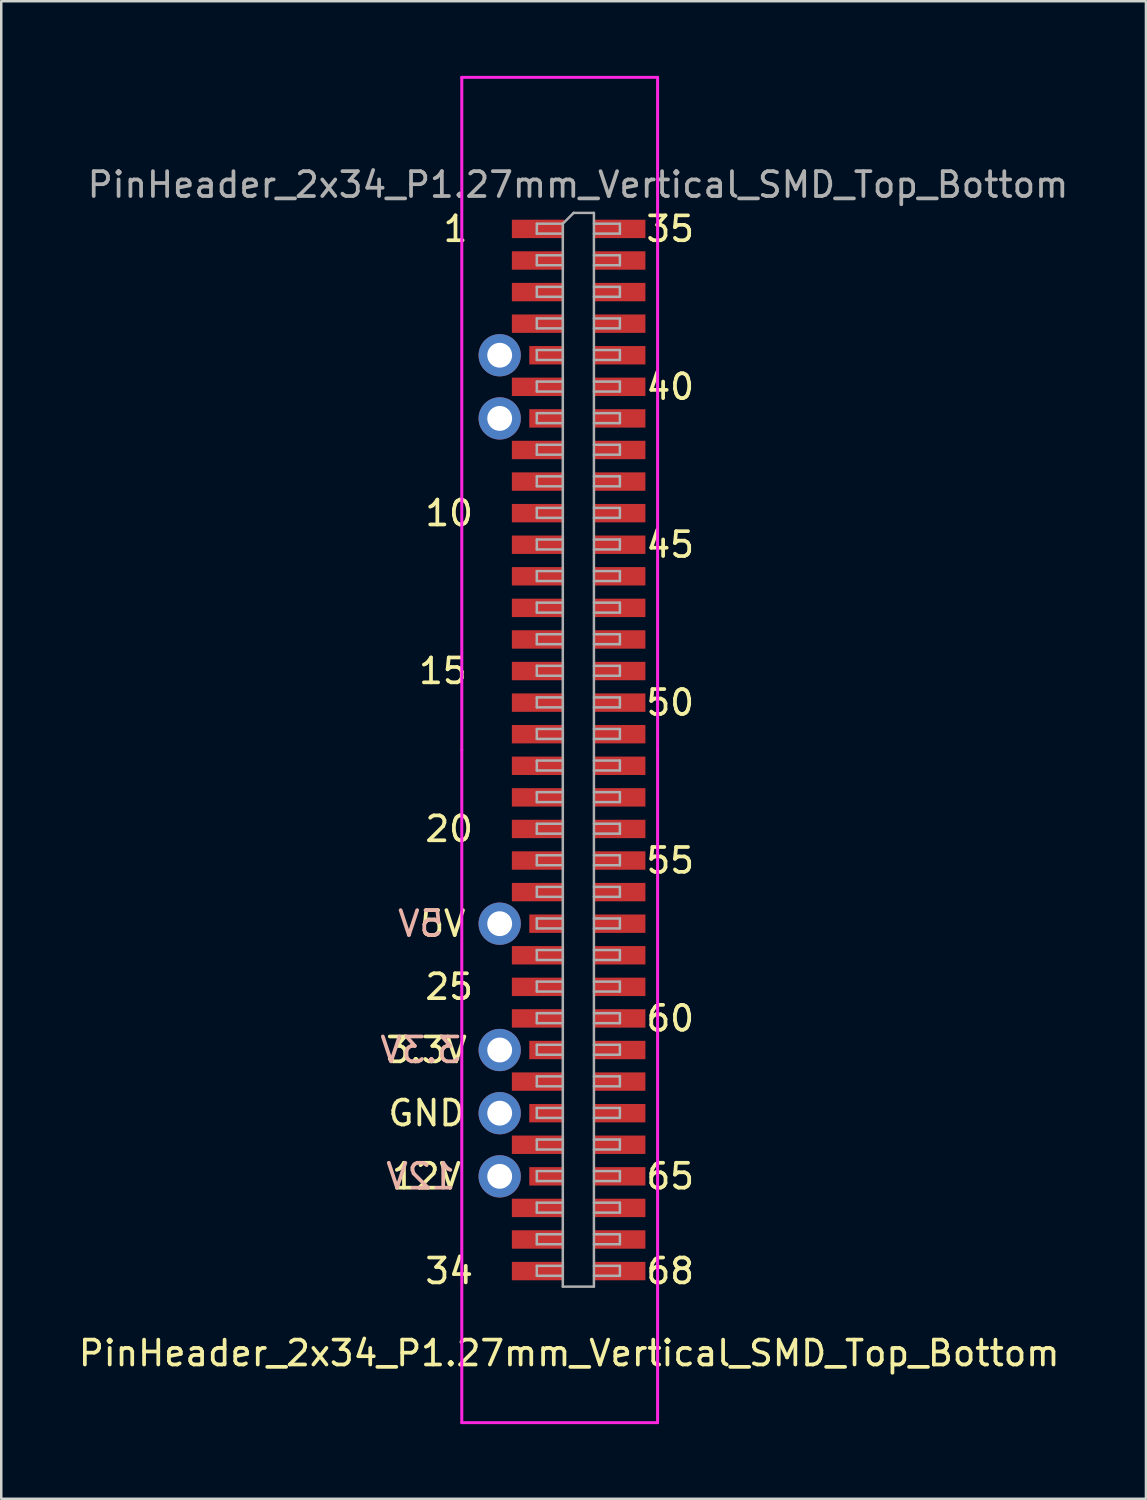
<source format=kicad_pcb>
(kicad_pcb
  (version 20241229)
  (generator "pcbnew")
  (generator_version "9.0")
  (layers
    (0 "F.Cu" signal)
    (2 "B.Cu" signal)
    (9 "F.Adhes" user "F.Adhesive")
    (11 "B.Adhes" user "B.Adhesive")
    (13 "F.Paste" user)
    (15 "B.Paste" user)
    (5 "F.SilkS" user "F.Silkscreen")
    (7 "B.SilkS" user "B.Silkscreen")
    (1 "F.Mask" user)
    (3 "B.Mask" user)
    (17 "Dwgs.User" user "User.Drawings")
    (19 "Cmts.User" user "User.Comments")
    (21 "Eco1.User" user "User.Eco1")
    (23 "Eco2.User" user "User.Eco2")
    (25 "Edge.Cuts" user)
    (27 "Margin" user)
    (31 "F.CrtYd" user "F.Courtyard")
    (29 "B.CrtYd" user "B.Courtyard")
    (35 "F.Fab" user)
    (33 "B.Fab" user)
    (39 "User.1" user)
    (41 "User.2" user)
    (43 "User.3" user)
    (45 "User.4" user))
  (footprint "PinHeader_2x34_P1.27mm_Vertical_SMD_Top_Bottom"
    (layer "F.Cu")
    (at 19.585 48.066)
    (property "Reference" "PinHeader_2x34_P1.27mm_Vertical_SMD_Top_Bottom" (at 0.254 3.302 0) (layer "F.SilkS") (effects (font (size 1 1) (thickness 0.15))))
    (attr smd)
    (fp_line (start -4.064 -48.006) (end -4.064 -20.955) (stroke (width 0.12) (type solid)) (layer "F.CrtYd"))
    (fp_line (start -4.064 -20.955) (end -4.064 6.096) (stroke (width 0.12) (type solid)) (layer "F.CrtYd"))
    (fp_line (start 3.81 -48.006) (end -4.064 -48.006) (stroke (width 0.12) (type solid)) (layer "F.CrtYd"))
    (fp_line (start 3.81 -48.006) (end 3.81 -20.955) (stroke (width 0.12) (type solid)) (layer "F.CrtYd"))
    (fp_line (start 3.81 -20.955) (end 3.81 6.096) (stroke (width 0.12) (type solid)) (layer "F.CrtYd"))
    (fp_line (start 3.81 6.096) (end -4.064 6.096) (stroke (width 0.12) (type solid)) (layer "F.CrtYd"))
    (fp_line (start -1.047 -42.12) (end -1.047 -41.72) (stroke (width 0.1) (type solid)) (layer "F.Fab"))
    (fp_line (start -1.047 -41.72) (end -0.002 -41.72) (stroke (width 0.1) (type solid)) (layer "F.Fab"))
    (fp_line (start -1.047 -40.85) (end -1.047 -40.45) (stroke (width 0.1) (type solid)) (layer "F.Fab"))
    (fp_line (start -1.047 -40.45) (end -0.002 -40.45) (stroke (width 0.1) (type solid)) (layer "F.Fab"))
    (fp_line (start -1.047 -39.58) (end -1.047 -39.18) (stroke (width 0.1) (type solid)) (layer "F.Fab"))
    (fp_line (start -1.047 -39.18) (end -0.002 -39.18) (stroke (width 0.1) (type solid)) (layer "F.Fab"))
    (fp_line (start -1.047 -38.31) (end -1.047 -37.91) (stroke (width 0.1) (type solid)) (layer "F.Fab"))
    (fp_line (start -1.047 -37.91) (end -0.002 -37.91) (stroke (width 0.1) (type solid)) (layer "F.Fab"))
    (fp_line (start -1.047 -37.04) (end -1.047 -36.64) (stroke (width 0.1) (type solid)) (layer "F.Fab"))
    (fp_line (start -1.047 -36.64) (end -0.002 -36.64) (stroke (width 0.1) (type solid)) (layer "F.Fab"))
    (fp_line (start -1.047 -35.77) (end -1.047 -35.37) (stroke (width 0.1) (type solid)) (layer "F.Fab"))
    (fp_line (start -1.047 -35.37) (end -0.002 -35.37) (stroke (width 0.1) (type solid)) (layer "F.Fab"))
    (fp_line (start -1.047 -34.5) (end -1.047 -34.1) (stroke (width 0.1) (type solid)) (layer "F.Fab"))
    (fp_line (start -1.047 -34.1) (end -0.002 -34.1) (stroke (width 0.1) (type solid)) (layer "F.Fab"))
    (fp_line (start -1.047 -33.23) (end -1.047 -32.83) (stroke (width 0.1) (type solid)) (layer "F.Fab"))
    (fp_line (start -1.047 -32.83) (end -0.002 -32.83) (stroke (width 0.1) (type solid)) (layer "F.Fab"))
    (fp_line (start -1.047 -31.96) (end -1.047 -31.56) (stroke (width 0.1) (type solid)) (layer "F.Fab"))
    (fp_line (start -1.047 -31.56) (end -0.002 -31.56) (stroke (width 0.1) (type solid)) (layer "F.Fab"))
    (fp_line (start -1.047 -30.69) (end -1.047 -30.29) (stroke (width 0.1) (type solid)) (layer "F.Fab"))
    (fp_line (start -1.047 -30.29) (end -0.002 -30.29) (stroke (width 0.1) (type solid)) (layer "F.Fab"))
    (fp_line (start -1.047 -29.42) (end -1.047 -29.02) (stroke (width 0.1) (type solid)) (layer "F.Fab"))
    (fp_line (start -1.047 -29.02) (end -0.002 -29.02) (stroke (width 0.1) (type solid)) (layer "F.Fab"))
    (fp_line (start -1.047 -28.15) (end -1.047 -27.75) (stroke (width 0.1) (type solid)) (layer "F.Fab"))
    (fp_line (start -1.047 -27.75) (end -0.002 -27.75) (stroke (width 0.1) (type solid)) (layer "F.Fab"))
    (fp_line (start -1.047 -26.88) (end -1.047 -26.48) (stroke (width 0.1) (type solid)) (layer "F.Fab"))
    (fp_line (start -1.047 -26.48) (end -0.002 -26.48) (stroke (width 0.1) (type solid)) (layer "F.Fab"))
    (fp_line (start -1.047 -25.61) (end -1.047 -25.21) (stroke (width 0.1) (type solid)) (layer "F.Fab"))
    (fp_line (start -1.047 -25.21) (end -0.002 -25.21) (stroke (width 0.1) (type solid)) (layer "F.Fab"))
    (fp_line (start -1.047 -24.34) (end -1.047 -23.94) (stroke (width 0.1) (type solid)) (layer "F.Fab"))
    (fp_line (start -1.047 -23.94) (end -0.002 -23.94) (stroke (width 0.1) (type solid)) (layer "F.Fab"))
    (fp_line (start -1.047 -23.07) (end -1.047 -22.67) (stroke (width 0.1) (type solid)) (layer "F.Fab"))
    (fp_line (start -1.047 -22.67) (end -0.002 -22.67) (stroke (width 0.1) (type solid)) (layer "F.Fab"))
    (fp_line (start -1.047 -21.8) (end -1.047 -21.4) (stroke (width 0.1) (type solid)) (layer "F.Fab"))
    (fp_line (start -1.047 -21.4) (end -0.002 -21.4) (stroke (width 0.1) (type solid)) (layer "F.Fab"))
    (fp_line (start -1.047 -20.53) (end -1.047 -20.13) (stroke (width 0.1) (type solid)) (layer "F.Fab"))
    (fp_line (start -1.047 -20.13) (end -0.002 -20.13) (stroke (width 0.1) (type solid)) (layer "F.Fab"))
    (fp_line (start -1.047 -19.26) (end -1.047 -18.86) (stroke (width 0.1) (type solid)) (layer "F.Fab"))
    (fp_line (start -1.047 -18.86) (end -0.002 -18.86) (stroke (width 0.1) (type solid)) (layer "F.Fab"))
    (fp_line (start -1.047 -17.99) (end -1.047 -17.59) (stroke (width 0.1) (type solid)) (layer "F.Fab"))
    (fp_line (start -1.047 -17.59) (end -0.002 -17.59) (stroke (width 0.1) (type solid)) (layer "F.Fab"))
    (fp_line (start -1.047 -16.72) (end -1.047 -16.32) (stroke (width 0.1) (type solid)) (layer "F.Fab"))
    (fp_line (start -1.047 -16.32) (end -0.002 -16.32) (stroke (width 0.1) (type solid)) (layer "F.Fab"))
    (fp_line (start -1.047 -15.45) (end -1.047 -15.05) (stroke (width 0.1) (type solid)) (layer "F.Fab"))
    (fp_line (start -1.047 -15.05) (end -0.002 -15.05) (stroke (width 0.1) (type solid)) (layer "F.Fab"))
    (fp_line (start -1.047 -14.18) (end -1.047 -13.78) (stroke (width 0.1) (type solid)) (layer "F.Fab"))
    (fp_line (start -1.047 -13.78) (end -0.002 -13.78) (stroke (width 0.1) (type solid)) (layer "F.Fab"))
    (fp_line (start -1.047 -12.91) (end -1.047 -12.51) (stroke (width 0.1) (type solid)) (layer "F.Fab"))
    (fp_line (start -1.047 -12.51) (end -0.002 -12.51) (stroke (width 0.1) (type solid)) (layer "F.Fab"))
    (fp_line (start -1.047 -11.64) (end -1.047 -11.24) (stroke (width 0.1) (type solid)) (layer "F.Fab"))
    (fp_line (start -1.047 -11.24) (end -0.002 -11.24) (stroke (width 0.1) (type solid)) (layer "F.Fab"))
    (fp_line (start -1.047 -10.37) (end -1.047 -9.97) (stroke (width 0.1) (type solid)) (layer "F.Fab"))
    (fp_line (start -1.047 -9.97) (end -0.002 -9.97) (stroke (width 0.1) (type solid)) (layer "F.Fab"))
    (fp_line (start -1.047 -9.1) (end -1.047 -8.7) (stroke (width 0.1) (type solid)) (layer "F.Fab"))
    (fp_line (start -1.047 -8.7) (end -0.002 -8.7) (stroke (width 0.1) (type solid)) (layer "F.Fab"))
    (fp_line (start -1.047 -7.83) (end -1.047 -7.43) (stroke (width 0.1) (type solid)) (layer "F.Fab"))
    (fp_line (start -1.047 -7.43) (end -0.002 -7.43) (stroke (width 0.1) (type solid)) (layer "F.Fab"))
    (fp_line (start -1.047 -6.56) (end -1.047 -6.16) (stroke (width 0.1) (type solid)) (layer "F.Fab"))
    (fp_line (start -1.047 -6.16) (end -0.002 -6.16) (stroke (width 0.1) (type solid)) (layer "F.Fab"))
    (fp_line (start -1.047 -5.29) (end -1.047 -4.89) (stroke (width 0.1) (type solid)) (layer "F.Fab"))
    (fp_line (start -1.047 -4.89) (end -0.002 -4.89) (stroke (width 0.1) (type solid)) (layer "F.Fab"))
    (fp_line (start -1.047 -4.02) (end -1.047 -3.62) (stroke (width 0.1) (type solid)) (layer "F.Fab"))
    (fp_line (start -1.047 -3.62) (end -0.002 -3.62) (stroke (width 0.1) (type solid)) (layer "F.Fab"))
    (fp_line (start -1.047 -2.75) (end -1.047 -2.35) (stroke (width 0.1) (type solid)) (layer "F.Fab"))
    (fp_line (start -1.047 -2.35) (end -0.002 -2.35) (stroke (width 0.1) (type solid)) (layer "F.Fab"))
    (fp_line (start -1.047 -1.48) (end -1.047 -1.08) (stroke (width 0.1) (type solid)) (layer "F.Fab"))
    (fp_line (start -1.047 -1.08) (end -0.002 -1.08) (stroke (width 0.1) (type solid)) (layer "F.Fab"))
    (fp_line (start -1.047 -0.21) (end -1.047 0.19) (stroke (width 0.1) (type solid)) (layer "F.Fab"))
    (fp_line (start -1.047 0.19) (end -0.002 0.19) (stroke (width 0.1) (type solid)) (layer "F.Fab"))
    (fp_line (start -0.002 -42.12) (end -1.047 -42.12) (stroke (width 0.1) (type solid)) (layer "F.Fab"))
    (fp_line (start -0.002 -42.12) (end 0.433 -42.555) (stroke (width 0.1) (type solid)) (layer "F.Fab"))
    (fp_line (start -0.002 -40.85) (end -1.047 -40.85) (stroke (width 0.1) (type solid)) (layer "F.Fab"))
    (fp_line (start -0.002 -39.58) (end -1.047 -39.58) (stroke (width 0.1) (type solid)) (layer "F.Fab"))
    (fp_line (start -0.002 -38.31) (end -1.047 -38.31) (stroke (width 0.1) (type solid)) (layer "F.Fab"))
    (fp_line (start -0.002 -37.04) (end -1.047 -37.04) (stroke (width 0.1) (type solid)) (layer "F.Fab"))
    (fp_line (start -0.002 -35.77) (end -1.047 -35.77) (stroke (width 0.1) (type solid)) (layer "F.Fab"))
    (fp_line (start -0.002 -34.5) (end -1.047 -34.5) (stroke (width 0.1) (type solid)) (layer "F.Fab"))
    (fp_line (start -0.002 -33.23) (end -1.047 -33.23) (stroke (width 0.1) (type solid)) (layer "F.Fab"))
    (fp_line (start -0.002 -31.96) (end -1.047 -31.96) (stroke (width 0.1) (type solid)) (layer "F.Fab"))
    (fp_line (start -0.002 -30.69) (end -1.047 -30.69) (stroke (width 0.1) (type solid)) (layer "F.Fab"))
    (fp_line (start -0.002 -29.42) (end -1.047 -29.42) (stroke (width 0.1) (type solid)) (layer "F.Fab"))
    (fp_line (start -0.002 -28.15) (end -1.047 -28.15) (stroke (width 0.1) (type solid)) (layer "F.Fab"))
    (fp_line (start -0.002 -26.88) (end -1.047 -26.88) (stroke (width 0.1) (type solid)) (layer "F.Fab"))
    (fp_line (start -0.002 -25.61) (end -1.047 -25.61) (stroke (width 0.1) (type solid)) (layer "F.Fab"))
    (fp_line (start -0.002 -24.34) (end -1.047 -24.34) (stroke (width 0.1) (type solid)) (layer "F.Fab"))
    (fp_line (start -0.002 -23.07) (end -1.047 -23.07) (stroke (width 0.1) (type solid)) (layer "F.Fab"))
    (fp_line (start -0.002 -21.8) (end -1.047 -21.8) (stroke (width 0.1) (type solid)) (layer "F.Fab"))
    (fp_line (start -0.002 -20.53) (end -1.047 -20.53) (stroke (width 0.1) (type solid)) (layer "F.Fab"))
    (fp_line (start -0.002 -19.26) (end -1.047 -19.26) (stroke (width 0.1) (type solid)) (layer "F.Fab"))
    (fp_line (start -0.002 -17.99) (end -1.047 -17.99) (stroke (width 0.1) (type solid)) (layer "F.Fab"))
    (fp_line (start -0.002 -16.72) (end -1.047 -16.72) (stroke (width 0.1) (type solid)) (layer "F.Fab"))
    (fp_line (start -0.002 -15.45) (end -1.047 -15.45) (stroke (width 0.1) (type solid)) (layer "F.Fab"))
    (fp_line (start -0.002 -14.18) (end -1.047 -14.18) (stroke (width 0.1) (type solid)) (layer "F.Fab"))
    (fp_line (start -0.002 -12.91) (end -1.047 -12.91) (stroke (width 0.1) (type solid)) (layer "F.Fab"))
    (fp_line (start -0.002 -11.64) (end -1.047 -11.64) (stroke (width 0.1) (type solid)) (layer "F.Fab"))
    (fp_line (start -0.002 -10.37) (end -1.047 -10.37) (stroke (width 0.1) (type solid)) (layer "F.Fab"))
    (fp_line (start -0.002 -9.1) (end -1.047 -9.1) (stroke (width 0.1) (type solid)) (layer "F.Fab"))
    (fp_line (start -0.002 -7.83) (end -1.047 -7.83) (stroke (width 0.1) (type solid)) (layer "F.Fab"))
    (fp_line (start -0.002 -6.56) (end -1.047 -6.56) (stroke (width 0.1) (type solid)) (layer "F.Fab"))
    (fp_line (start -0.002 -5.29) (end -1.047 -5.29) (stroke (width 0.1) (type solid)) (layer "F.Fab"))
    (fp_line (start -0.002 -4.02) (end -1.047 -4.02) (stroke (width 0.1) (type solid)) (layer "F.Fab"))
    (fp_line (start -0.002 -2.75) (end -1.047 -2.75) (stroke (width 0.1) (type solid)) (layer "F.Fab"))
    (fp_line (start -0.002 -1.48) (end -1.047 -1.48) (stroke (width 0.1) (type solid)) (layer "F.Fab"))
    (fp_line (start -0.002 -0.21) (end -1.047 -0.21) (stroke (width 0.1) (type solid)) (layer "F.Fab"))
    (fp_line (start -0.002 0.625) (end -0.002 -42.12) (stroke (width 0.1) (type solid)) (layer "F.Fab"))
    (fp_line (start 0.433 -42.555) (end 1.249 -42.555) (stroke (width 0.1) (type solid)) (layer "F.Fab"))
    (fp_line (start 1.249 -42.555) (end 1.249 0.625) (stroke (width 0.1) (type solid)) (layer "F.Fab"))
    (fp_line (start 1.249 -42.12) (end 2.294 -42.12) (stroke (width 0.1) (type solid)) (layer "F.Fab"))
    (fp_line (start 1.249 -40.85) (end 2.294 -40.85) (stroke (width 0.1) (type solid)) (layer "F.Fab"))
    (fp_line (start 1.249 -39.58) (end 2.294 -39.58) (stroke (width 0.1) (type solid)) (layer "F.Fab"))
    (fp_line (start 1.249 -38.31) (end 2.294 -38.31) (stroke (width 0.1) (type solid)) (layer "F.Fab"))
    (fp_line (start 1.249 -37.04) (end 2.294 -37.04) (stroke (width 0.1) (type solid)) (layer "F.Fab"))
    (fp_line (start 1.249 -35.77) (end 2.294 -35.77) (stroke (width 0.1) (type solid)) (layer "F.Fab"))
    (fp_line (start 1.249 -34.5) (end 2.294 -34.5) (stroke (width 0.1) (type solid)) (layer "F.Fab"))
    (fp_line (start 1.249 -33.23) (end 2.294 -33.23) (stroke (width 0.1) (type solid)) (layer "F.Fab"))
    (fp_line (start 1.249 -31.96) (end 2.294 -31.96) (stroke (width 0.1) (type solid)) (layer "F.Fab"))
    (fp_line (start 1.249 -30.69) (end 2.294 -30.69) (stroke (width 0.1) (type solid)) (layer "F.Fab"))
    (fp_line (start 1.249 -29.42) (end 2.294 -29.42) (stroke (width 0.1) (type solid)) (layer "F.Fab"))
    (fp_line (start 1.249 -28.15) (end 2.294 -28.15) (stroke (width 0.1) (type solid)) (layer "F.Fab"))
    (fp_line (start 1.249 -26.88) (end 2.294 -26.88) (stroke (width 0.1) (type solid)) (layer "F.Fab"))
    (fp_line (start 1.249 -25.61) (end 2.294 -25.61) (stroke (width 0.1) (type solid)) (layer "F.Fab"))
    (fp_line (start 1.249 -24.34) (end 2.294 -24.34) (stroke (width 0.1) (type solid)) (layer "F.Fab"))
    (fp_line (start 1.249 -23.07) (end 2.294 -23.07) (stroke (width 0.1) (type solid)) (layer "F.Fab"))
    (fp_line (start 1.249 -21.8) (end 2.294 -21.8) (stroke (width 0.1) (type solid)) (layer "F.Fab"))
    (fp_line (start 1.249 -20.53) (end 2.294 -20.53) (stroke (width 0.1) (type solid)) (layer "F.Fab"))
    (fp_line (start 1.249 -19.26) (end 2.294 -19.26) (stroke (width 0.1) (type solid)) (layer "F.Fab"))
    (fp_line (start 1.249 -17.99) (end 2.294 -17.99) (stroke (width 0.1) (type solid)) (layer "F.Fab"))
    (fp_line (start 1.249 -16.72) (end 2.294 -16.72) (stroke (width 0.1) (type solid)) (layer "F.Fab"))
    (fp_line (start 1.249 -15.45) (end 2.294 -15.45) (stroke (width 0.1) (type solid)) (layer "F.Fab"))
    (fp_line (start 1.249 -14.18) (end 2.294 -14.18) (stroke (width 0.1) (type solid)) (layer "F.Fab"))
    (fp_line (start 1.249 -12.91) (end 2.294 -12.91) (stroke (width 0.1) (type solid)) (layer "F.Fab"))
    (fp_line (start 1.249 -11.64) (end 2.294 -11.64) (stroke (width 0.1) (type solid)) (layer "F.Fab"))
    (fp_line (start 1.249 -10.37) (end 2.294 -10.37) (stroke (width 0.1) (type solid)) (layer "F.Fab"))
    (fp_line (start 1.249 -9.1) (end 2.294 -9.1) (stroke (width 0.1) (type solid)) (layer "F.Fab"))
    (fp_line (start 1.249 -7.83) (end 2.294 -7.83) (stroke (width 0.1) (type solid)) (layer "F.Fab"))
    (fp_line (start 1.249 -6.56) (end 2.294 -6.56) (stroke (width 0.1) (type solid)) (layer "F.Fab"))
    (fp_line (start 1.249 -5.29) (end 2.294 -5.29) (stroke (width 0.1) (type solid)) (layer "F.Fab"))
    (fp_line (start 1.249 -4.02) (end 2.294 -4.02) (stroke (width 0.1) (type solid)) (layer "F.Fab"))
    (fp_line (start 1.249 -2.75) (end 2.294 -2.75) (stroke (width 0.1) (type solid)) (layer "F.Fab"))
    (fp_line (start 1.249 -1.48) (end 2.294 -1.48) (stroke (width 0.1) (type solid)) (layer "F.Fab"))
    (fp_line (start 1.249 -0.21) (end 2.294 -0.21) (stroke (width 0.1) (type solid)) (layer "F.Fab"))
    (fp_line (start 1.249 0.625) (end -0.002 0.625) (stroke (width 0.1) (type solid)) (layer "F.Fab"))
    (fp_line (start 2.294 -42.12) (end 2.294 -41.72) (stroke (width 0.1) (type solid)) (layer "F.Fab"))
    (fp_line (start 2.294 -41.72) (end 1.249 -41.72) (stroke (width 0.1) (type solid)) (layer "F.Fab"))
    (fp_line (start 2.294 -40.85) (end 2.294 -40.45) (stroke (width 0.1) (type solid)) (layer "F.Fab"))
    (fp_line (start 2.294 -40.45) (end 1.249 -40.45) (stroke (width 0.1) (type solid)) (layer "F.Fab"))
    (fp_line (start 2.294 -39.58) (end 2.294 -39.18) (stroke (width 0.1) (type solid)) (layer "F.Fab"))
    (fp_line (start 2.294 -39.18) (end 1.249 -39.18) (stroke (width 0.1) (type solid)) (layer "F.Fab"))
    (fp_line (start 2.294 -38.31) (end 2.294 -37.91) (stroke (width 0.1) (type solid)) (layer "F.Fab"))
    (fp_line (start 2.294 -37.91) (end 1.249 -37.91) (stroke (width 0.1) (type solid)) (layer "F.Fab"))
    (fp_line (start 2.294 -37.04) (end 2.294 -36.64) (stroke (width 0.1) (type solid)) (layer "F.Fab"))
    (fp_line (start 2.294 -36.64) (end 1.249 -36.64) (stroke (width 0.1) (type solid)) (layer "F.Fab"))
    (fp_line (start 2.294 -35.77) (end 2.294 -35.37) (stroke (width 0.1) (type solid)) (layer "F.Fab"))
    (fp_line (start 2.294 -35.37) (end 1.249 -35.37) (stroke (width 0.1) (type solid)) (layer "F.Fab"))
    (fp_line (start 2.294 -34.5) (end 2.294 -34.1) (stroke (width 0.1) (type solid)) (layer "F.Fab"))
    (fp_line (start 2.294 -34.1) (end 1.249 -34.1) (stroke (width 0.1) (type solid)) (layer "F.Fab"))
    (fp_line (start 2.294 -33.23) (end 2.294 -32.83) (stroke (width 0.1) (type solid)) (layer "F.Fab"))
    (fp_line (start 2.294 -32.83) (end 1.249 -32.83) (stroke (width 0.1) (type solid)) (layer "F.Fab"))
    (fp_line (start 2.294 -31.96) (end 2.294 -31.56) (stroke (width 0.1) (type solid)) (layer "F.Fab"))
    (fp_line (start 2.294 -31.56) (end 1.249 -31.56) (stroke (width 0.1) (type solid)) (layer "F.Fab"))
    (fp_line (start 2.294 -30.69) (end 2.294 -30.29) (stroke (width 0.1) (type solid)) (layer "F.Fab"))
    (fp_line (start 2.294 -30.29) (end 1.249 -30.29) (stroke (width 0.1) (type solid)) (layer "F.Fab"))
    (fp_line (start 2.294 -29.42) (end 2.294 -29.02) (stroke (width 0.1) (type solid)) (layer "F.Fab"))
    (fp_line (start 2.294 -29.02) (end 1.249 -29.02) (stroke (width 0.1) (type solid)) (layer "F.Fab"))
    (fp_line (start 2.294 -28.15) (end 2.294 -27.75) (stroke (width 0.1) (type solid)) (layer "F.Fab"))
    (fp_line (start 2.294 -27.75) (end 1.249 -27.75) (stroke (width 0.1) (type solid)) (layer "F.Fab"))
    (fp_line (start 2.294 -26.88) (end 2.294 -26.48) (stroke (width 0.1) (type solid)) (layer "F.Fab"))
    (fp_line (start 2.294 -26.48) (end 1.249 -26.48) (stroke (width 0.1) (type solid)) (layer "F.Fab"))
    (fp_line (start 2.294 -25.61) (end 2.294 -25.21) (stroke (width 0.1) (type solid)) (layer "F.Fab"))
    (fp_line (start 2.294 -25.21) (end 1.249 -25.21) (stroke (width 0.1) (type solid)) (layer "F.Fab"))
    (fp_line (start 2.294 -24.34) (end 2.294 -23.94) (stroke (width 0.1) (type solid)) (layer "F.Fab"))
    (fp_line (start 2.294 -23.94) (end 1.249 -23.94) (stroke (width 0.1) (type solid)) (layer "F.Fab"))
    (fp_line (start 2.294 -23.07) (end 2.294 -22.67) (stroke (width 0.1) (type solid)) (layer "F.Fab"))
    (fp_line (start 2.294 -22.67) (end 1.249 -22.67) (stroke (width 0.1) (type solid)) (layer "F.Fab"))
    (fp_line (start 2.294 -21.8) (end 2.294 -21.4) (stroke (width 0.1) (type solid)) (layer "F.Fab"))
    (fp_line (start 2.294 -21.4) (end 1.249 -21.4) (stroke (width 0.1) (type solid)) (layer "F.Fab"))
    (fp_line (start 2.294 -20.53) (end 2.294 -20.13) (stroke (width 0.1) (type solid)) (layer "F.Fab"))
    (fp_line (start 2.294 -20.13) (end 1.249 -20.13) (stroke (width 0.1) (type solid)) (layer "F.Fab"))
    (fp_line (start 2.294 -19.26) (end 2.294 -18.86) (stroke (width 0.1) (type solid)) (layer "F.Fab"))
    (fp_line (start 2.294 -18.86) (end 1.249 -18.86) (stroke (width 0.1) (type solid)) (layer "F.Fab"))
    (fp_line (start 2.294 -17.99) (end 2.294 -17.59) (stroke (width 0.1) (type solid)) (layer "F.Fab"))
    (fp_line (start 2.294 -17.59) (end 1.249 -17.59) (stroke (width 0.1) (type solid)) (layer "F.Fab"))
    (fp_line (start 2.294 -16.72) (end 2.294 -16.32) (stroke (width 0.1) (type solid)) (layer "F.Fab"))
    (fp_line (start 2.294 -16.32) (end 1.249 -16.32) (stroke (width 0.1) (type solid)) (layer "F.Fab"))
    (fp_line (start 2.294 -15.45) (end 2.294 -15.05) (stroke (width 0.1) (type solid)) (layer "F.Fab"))
    (fp_line (start 2.294 -15.05) (end 1.249 -15.05) (stroke (width 0.1) (type solid)) (layer "F.Fab"))
    (fp_line (start 2.294 -14.18) (end 2.294 -13.78) (stroke (width 0.1) (type solid)) (layer "F.Fab"))
    (fp_line (start 2.294 -13.78) (end 1.249 -13.78) (stroke (width 0.1) (type solid)) (layer "F.Fab"))
    (fp_line (start 2.294 -12.91) (end 2.294 -12.51) (stroke (width 0.1) (type solid)) (layer "F.Fab"))
    (fp_line (start 2.294 -12.51) (end 1.249 -12.51) (stroke (width 0.1) (type solid)) (layer "F.Fab"))
    (fp_line (start 2.294 -11.64) (end 2.294 -11.24) (stroke (width 0.1) (type solid)) (layer "F.Fab"))
    (fp_line (start 2.294 -11.24) (end 1.249 -11.24) (stroke (width 0.1) (type solid)) (layer "F.Fab"))
    (fp_line (start 2.294 -10.37) (end 2.294 -9.97) (stroke (width 0.1) (type solid)) (layer "F.Fab"))
    (fp_line (start 2.294 -9.97) (end 1.249 -9.97) (stroke (width 0.1) (type solid)) (layer "F.Fab"))
    (fp_line (start 2.294 -9.1) (end 2.294 -8.7) (stroke (width 0.1) (type solid)) (layer "F.Fab"))
    (fp_line (start 2.294 -8.7) (end 1.249 -8.7) (stroke (width 0.1) (type solid)) (layer "F.Fab"))
    (fp_line (start 2.294 -7.83) (end 2.294 -7.43) (stroke (width 0.1) (type solid)) (layer "F.Fab"))
    (fp_line (start 2.294 -7.43) (end 1.249 -7.43) (stroke (width 0.1) (type solid)) (layer "F.Fab"))
    (fp_line (start 2.294 -6.56) (end 2.294 -6.16) (stroke (width 0.1) (type solid)) (layer "F.Fab"))
    (fp_line (start 2.294 -6.16) (end 1.249 -6.16) (stroke (width 0.1) (type solid)) (layer "F.Fab"))
    (fp_line (start 2.294 -5.29) (end 2.294 -4.89) (stroke (width 0.1) (type solid)) (layer "F.Fab"))
    (fp_line (start 2.294 -4.89) (end 1.249 -4.89) (stroke (width 0.1) (type solid)) (layer "F.Fab"))
    (fp_line (start 2.294 -4.02) (end 2.294 -3.62) (stroke (width 0.1) (type solid)) (layer "F.Fab"))
    (fp_line (start 2.294 -3.62) (end 1.249 -3.62) (stroke (width 0.1) (type solid)) (layer "F.Fab"))
    (fp_line (start 2.294 -2.75) (end 2.294 -2.35) (stroke (width 0.1) (type solid)) (layer "F.Fab"))
    (fp_line (start 2.294 -2.35) (end 1.249 -2.35) (stroke (width 0.1) (type solid)) (layer "F.Fab"))
    (fp_line (start 2.294 -1.48) (end 2.294 -1.08) (stroke (width 0.1) (type solid)) (layer "F.Fab"))
    (fp_line (start 2.294 -1.08) (end 1.249 -1.08) (stroke (width 0.1) (type solid)) (layer "F.Fab"))
    (fp_line (start 2.294 -0.21) (end 2.294 0.19) (stroke (width 0.1) (type solid)) (layer "F.Fab"))
    (fp_line (start 2.294 0.19) (end 1.249 0.19) (stroke (width 0.1) (type solid)) (layer "F.Fab"))
    (fp_text user "34" (at -4.572 0 0) (layer "F.SilkS") (effects (font (size 1 1) (thickness 0.15))))
    (fp_text user "1" (at -4.318 -41.91 0) (layer "F.SilkS") (effects (font (size 1 1) (thickness 0.15))))
    (fp_text user "25" (at -4.572 -11.43 0) (layer "F.SilkS") (effects (font (size 1 1) (thickness 0.15))))
    (fp_text user "5V" (at -4.826 -13.97 0) (layer "F.SilkS") (effects (font (size 1 1) (thickness 0.15))))
    (fp_text user "10" (at -4.572 -30.48 0) (layer "F.SilkS") (effects (font (size 1 1) (thickness 0.15))))
    (fp_text user "15" (at -4.826 -24.13 0) (layer "F.SilkS") (effects (font (size 1 1) (thickness 0.15))))
    (fp_text user "20" (at -4.572 -17.78 0) (layer "F.SilkS") (effects (font (size 1 1) (thickness 0.15))))
    (fp_text user "40" (at 4.318 -35.56 0) (layer "F.SilkS") (effects (font (size 1 1) (thickness 0.15))))
    (fp_text user "12V" (at -5.485 -3.81 0) (layer "F.SilkS") (effects (font (size 1 1) (thickness 0.15))))
    (fp_text user "60" (at 4.318 -10.16 0) (layer "F.SilkS") (effects (font (size 1 1) (thickness 0.15))))
    (fp_text user "65" (at 4.318 -3.81 0) (layer "F.SilkS") (effects (font (size 1 1) (thickness 0.15))))
    (fp_text user "68" (at 4.318 0 0) (layer "F.SilkS") (effects (font (size 1 1) (thickness 0.15))))
    (fp_text user "35" (at 4.318 -41.91 0) (layer "F.SilkS") (effects (font (size 1 1) (thickness 0.15))))
    (fp_text user "50" (at 4.318 -22.86 0) (layer "F.SilkS") (effects (font (size 1 1) (thickness 0.15))))
    (fp_text user "GND" (at -5.485 -6.35 0) (layer "F.SilkS") (effects (font (size 1 1) (thickness 0.15))))
    (fp_text user "45" (at 4.318 -29.21 0) (layer "F.SilkS") (effects (font (size 1 1) (thickness 0.15))))
    (fp_text user "55" (at 4.318 -16.51 0) (layer "F.SilkS") (effects (font (size 1 1) (thickness 0.15))))
    (fp_text user "3.3V" (at -5.485 -8.89 0) (layer "F.SilkS") (effects (font (size 1 1) (thickness 0.15))))
    (fp_text user "12V" (at -5.715 -3.81 0) (layer "B.SilkS") (effects (font (size 1 1) (thickness 0.15)) (justify mirror)))
    (fp_text user "3.3V" (at -5.715 -8.89 0) (layer "B.SilkS") (effects (font (size 1 1) (thickness 0.15)) (justify mirror)))
    (fp_text user "5V" (at -5.715 -13.97 0) (layer "B.SilkS") (effects (font (size 1 1) (thickness 0.15)) (justify mirror)))
    (fp_text user "${REFERENCE}" (at 0.61 -43.688 180) (layer "F.Fab") (effects (font (size 1 1) (thickness 0.15))))
    (pad "1" smd rect (at 0 -41.91) (size 2.1 0.74) (drill (offset -1 0)) (layers "F.Cu" "F.Mask" "F.Paste"))
    (pad "2" smd rect (at 0 -40.64) (size 2.1 0.74) (drill (offset -1 0)) (layers "F.Cu" "F.Mask" "F.Paste"))
    (pad "3" smd rect (at 0 -39.37) (size 2.1 0.74) (drill (offset -1 0)) (layers "F.Cu" "F.Mask" "F.Paste"))
    (pad "4" smd rect (at 0 -38.1) (size 2.1 0.74) (drill (offset -1 0)) (layers "F.Cu" "F.Mask" "F.Paste"))
    (pad "5" smd rect (at 0 -36.83) (size 1.4 0.74) (drill (offset -0.65 0)) (layers "F.Cu" "F.Mask" "F.Paste"))
    (pad "6" smd rect (at 0 -35.56) (size 2.1 0.74) (drill (offset -1 0)) (layers "F.Cu" "F.Mask" "F.Paste"))
    (pad "7" smd rect (at 0 -34.29) (size 1.4 0.74) (drill (offset -0.65 0)) (layers "F.Cu" "F.Mask" "F.Paste"))
    (pad "8" smd rect (at 0 -33.02) (size 2.1 0.74) (drill (offset -1 0)) (layers "F.Cu" "F.Mask" "F.Paste"))
    (pad "9" smd rect (at 0 -31.75) (size 2.1 0.74) (drill (offset -1 0)) (layers "F.Cu" "F.Mask" "F.Paste"))
    (pad "10" smd rect (at 0 -30.48) (size 2.1 0.74) (drill (offset -1 0)) (layers "F.Cu" "F.Mask" "F.Paste"))
    (pad "11" smd rect (at 0 -29.21) (size 2.1 0.74) (drill (offset -1 0)) (layers "F.Cu" "F.Mask" "F.Paste"))
    (pad "12" smd rect (at 0 -27.94) (size 2.1 0.74) (drill (offset -1 0)) (layers "F.Cu" "F.Mask" "F.Paste"))
    (pad "13" smd rect (at 0 -26.67) (size 2.1 0.74) (drill (offset -1 0)) (layers "F.Cu" "F.Mask" "F.Paste"))
    (pad "14" smd rect (at 0 -25.4) (size 2.1 0.74) (drill (offset -1 0)) (layers "F.Cu" "F.Mask" "F.Paste"))
    (pad "15" smd rect (at 0 -24.13) (size 2.1 0.74) (drill (offset -1 0)) (layers "F.Cu" "F.Mask" "F.Paste"))
    (pad "16" smd rect (at 0 -22.86) (size 2.1 0.74) (drill (offset -1 0)) (layers "F.Cu" "F.Mask" "F.Paste"))
    (pad "17" smd rect (at 0 -21.59) (size 2.1 0.74) (drill (offset -1 0)) (layers "F.Cu" "F.Mask" "F.Paste"))
    (pad "18" smd rect (at 0 -20.32) (size 2.1 0.74) (drill (offset -1 0)) (layers "F.Cu" "F.Mask" "F.Paste"))
    (pad "19" smd rect (at 0 -19.05) (size 2.1 0.74) (drill (offset -1 0)) (layers "F.Cu" "F.Mask" "F.Paste"))
    (pad "20" smd rect (at 0 -17.78) (size 2.1 0.74) (drill (offset -1 0)) (layers "F.Cu" "F.Mask" "F.Paste"))
    (pad "21" smd rect (at 0 -16.51) (size 2.1 0.74) (drill (offset -1 0)) (layers "F.Cu" "F.Mask" "F.Paste"))
    (pad "22" smd rect (at 0 -15.24) (size 2.1 0.74) (drill (offset -1 0)) (layers "F.Cu" "F.Mask" "F.Paste"))
    (pad "23" smd rect (at 0 -13.97) (size 1.4 0.74) (drill (offset -0.65 0)) (layers "F.Cu" "F.Mask" "F.Paste"))
    (pad "24" smd rect (at 0 -12.7) (size 2.1 0.74) (drill (offset -1 0)) (layers "F.Cu" "F.Mask" "F.Paste"))
    (pad "25" smd rect (at 0 -11.43) (size 2.1 0.74) (drill (offset -1 0)) (layers "F.Cu" "F.Mask" "F.Paste"))
    (pad "26" smd rect (at 0 -10.16) (size 2.1 0.74) (drill (offset -1 0)) (layers "F.Cu" "F.Mask" "F.Paste"))
    (pad "27" smd rect (at 0 -8.89) (size 1.4 0.74) (drill (offset -0.65 0)) (layers "F.Cu" "F.Mask" "F.Paste"))
    (pad "28" smd rect (at 0 -7.62) (size 2.1 0.74) (drill (offset -1 0)) (layers "F.Cu" "F.Mask" "F.Paste"))
    (pad "29" smd rect (at 0 -6.35) (size 1.4 0.74) (drill (offset -0.65 0)) (layers "F.Cu" "F.Mask" "F.Paste"))
    (pad "30" smd rect (at 0 -5.08) (size 2.1 0.74) (drill (offset -1 0)) (layers "F.Cu" "F.Mask" "F.Paste"))
    (pad "31" smd rect (at 0 -3.81) (size 1.4 0.74) (drill (offset -0.65 0)) (layers "F.Cu" "F.Mask" "F.Paste"))
    (pad "32" smd rect (at 0 -2.54) (size 2.1 0.74) (drill (offset -1 0)) (layers "F.Cu" "F.Mask" "F.Paste"))
    (pad "33" smd rect (at 0 -1.27) (size 2.1 0.74) (drill (offset -1 0)) (layers "F.Cu" "F.Mask" "F.Paste"))
    (pad "34" smd rect (at 0 0) (size 2.1 0.74) (drill (offset -1 0)) (layers "F.Cu" "F.Mask" "F.Paste"))
    (pad "35" smd rect (at 1.27 -41.91) (size 2.1 0.74) (drill (offset 1 0)) (layers "F.Cu" "F.Mask" "F.Paste"))
    (pad "36" smd rect (at 1.27 -40.64) (size 2.1 0.74) (drill (offset 1 0)) (layers "F.Cu" "F.Mask" "F.Paste"))
    (pad "37" smd rect (at 1.27 -39.37) (size 2.1 0.74) (drill (offset 1 0)) (layers "F.Cu" "F.Mask" "F.Paste"))
    (pad "38" smd rect (at 1.27 -38.1) (size 2.1 0.74) (drill (offset 1 0)) (layers "F.Cu" "F.Mask" "F.Paste"))
    (pad "39" smd rect (at 1.27 -36.83) (size 2.1 0.74) (drill (offset 1 0)) (layers "F.Cu" "F.Mask" "F.Paste"))
    (pad "40" smd rect (at 1.27 -35.56) (size 2.1 0.74) (drill (offset 1 0)) (layers "F.Cu" "F.Mask" "F.Paste"))
    (pad "41" smd rect (at 1.27 -34.29) (size 2.1 0.74) (drill (offset 1 0)) (layers "F.Cu" "F.Mask" "F.Paste"))
    (pad "42" smd rect (at 1.27 -33.02) (size 2.1 0.74) (drill (offset 1 0)) (layers "F.Cu" "F.Mask" "F.Paste"))
    (pad "43" smd rect (at 1.27 -31.75) (size 2.1 0.74) (drill (offset 1 0)) (layers "F.Cu" "F.Mask" "F.Paste"))
    (pad "44" smd rect (at 1.27 -30.48) (size 2.1 0.74) (drill (offset 1 0)) (layers "F.Cu" "F.Mask" "F.Paste"))
    (pad "45" smd rect (at 1.27 -29.21) (size 2.1 0.74) (drill (offset 1 0)) (layers "F.Cu" "F.Mask" "F.Paste"))
    (pad "46" smd rect (at 1.27 -27.94) (size 2.1 0.74) (drill (offset 1 0)) (layers "F.Cu" "F.Mask" "F.Paste"))
    (pad "47" smd rect (at 1.27 -26.67) (size 2.1 0.74) (drill (offset 1 0)) (layers "F.Cu" "F.Mask" "F.Paste"))
    (pad "48" smd rect (at 1.27 -25.4) (size 2.1 0.74) (drill (offset 1 0)) (layers "F.Cu" "F.Mask" "F.Paste"))
    (pad "49" smd rect (at 1.27 -24.13) (size 2.1 0.74) (drill (offset 1 0)) (layers "F.Cu" "F.Mask" "F.Paste"))
    (pad "50" smd rect (at 1.27 -22.86) (size 2.1 0.74) (drill (offset 1 0)) (layers "F.Cu" "F.Mask" "F.Paste"))
    (pad "51" smd rect (at 1.27 -21.59) (size 2.1 0.74) (drill (offset 1 0)) (layers "F.Cu" "F.Mask" "F.Paste"))
    (pad "52" smd rect (at 1.27 -20.32) (size 2.1 0.74) (drill (offset 1 0)) (layers "F.Cu" "F.Mask" "F.Paste"))
    (pad "53" smd rect (at 1.27 -19.05) (size 2.1 0.74) (drill (offset 1 0)) (layers "F.Cu" "F.Mask" "F.Paste"))
    (pad "54" smd rect (at 1.27 -17.78) (size 2.1 0.74) (drill (offset 1 0)) (layers "F.Cu" "F.Mask" "F.Paste"))
    (pad "55" smd rect (at 1.27 -16.51) (size 2.1 0.74) (drill (offset 1 0)) (layers "F.Cu" "F.Mask" "F.Paste"))
    (pad "56" smd rect (at 1.27 -15.24) (size 2.1 0.74) (drill (offset 1 0)) (layers "F.Cu" "F.Mask" "F.Paste"))
    (pad "57" smd rect (at 1.27 -13.97) (size 2.1 0.74) (drill (offset 1 0)) (layers "F.Cu" "F.Mask" "F.Paste"))
    (pad "58" smd rect (at 1.27 -12.7) (size 2.1 0.74) (drill (offset 1 0)) (layers "F.Cu" "F.Mask" "F.Paste"))
    (pad "59" smd rect (at 1.27 -11.43) (size 2.1 0.74) (drill (offset 1 0)) (layers "F.Cu" "F.Mask" "F.Paste"))
    (pad "60" smd rect (at 1.27 -10.16) (size 2.1 0.74) (drill (offset 1 0)) (layers "F.Cu" "F.Mask" "F.Paste"))
    (pad "61" smd rect (at 1.27 -8.89) (size 2.1 0.74) (drill (offset 1 0)) (layers "F.Cu" "F.Mask" "F.Paste"))
    (pad "62" smd rect (at 1.27 -7.62) (size 2.1 0.74) (drill (offset 1 0)) (layers "F.Cu" "F.Mask" "F.Paste"))
    (pad "63" smd rect (at 1.27 -6.35) (size 2.1 0.74) (drill (offset 1 0)) (layers "F.Cu" "F.Mask" "F.Paste"))
    (pad "64" smd rect (at 1.27 -5.08) (size 2.1 0.74) (drill (offset 1 0)) (layers "F.Cu" "F.Mask" "F.Paste"))
    (pad "65" smd rect (at 1.27 -3.81) (size 2.1 0.74) (drill (offset 1 0)) (layers "F.Cu" "F.Mask" "F.Paste"))
    (pad "66" smd rect (at 1.27 -2.54) (size 2.1 0.74) (drill (offset 1 0)) (layers "F.Cu" "F.Mask" "F.Paste"))
    (pad "67" smd rect (at 1.27 -1.27) (size 2.1 0.74) (drill (offset 1 0)) (layers "F.Cu" "F.Mask" "F.Paste"))
    (pad "68" smd rect (at 1.27 0) (size 2.1 0.74) (drill (offset 1 0)) (layers "F.Cu" "F.Mask" "F.Paste"))
    (pad "71" thru_hole oval (at -2.54 -36.83) (size 1.7 1.7) (drill 1) (layers "*.Cu" "*.Mask"))
    (pad "72" thru_hole oval (at -2.54 -34.29) (size 1.7 1.7) (drill 1) (layers "*.Cu" "*.Mask"))
    (pad "80" thru_hole oval (at -2.54 -13.97) (size 1.7 1.7) (drill 1) (layers "*.Cu" "*.Mask"))
    (pad "82" thru_hole oval (at -2.54 -8.89) (size 1.7 1.7) (drill 1) (layers "*.Cu" "*.Mask"))
    (pad "83" thru_hole oval (at -2.54 -6.35) (size 1.7 1.7) (drill 1) (layers "*.Cu" "*.Mask"))
    (pad "84" thru_hole oval (at -2.54 -3.81) (size 1.7 1.7) (drill 1) (layers "*.Cu" "*.Mask")))
  (gr_rect
    (start -3 -3)
    (end 43.034 57.222)
    (stroke (width 0.1) (type default))
    (fill no)
    (layer "Edge.Cuts")))
</source>
